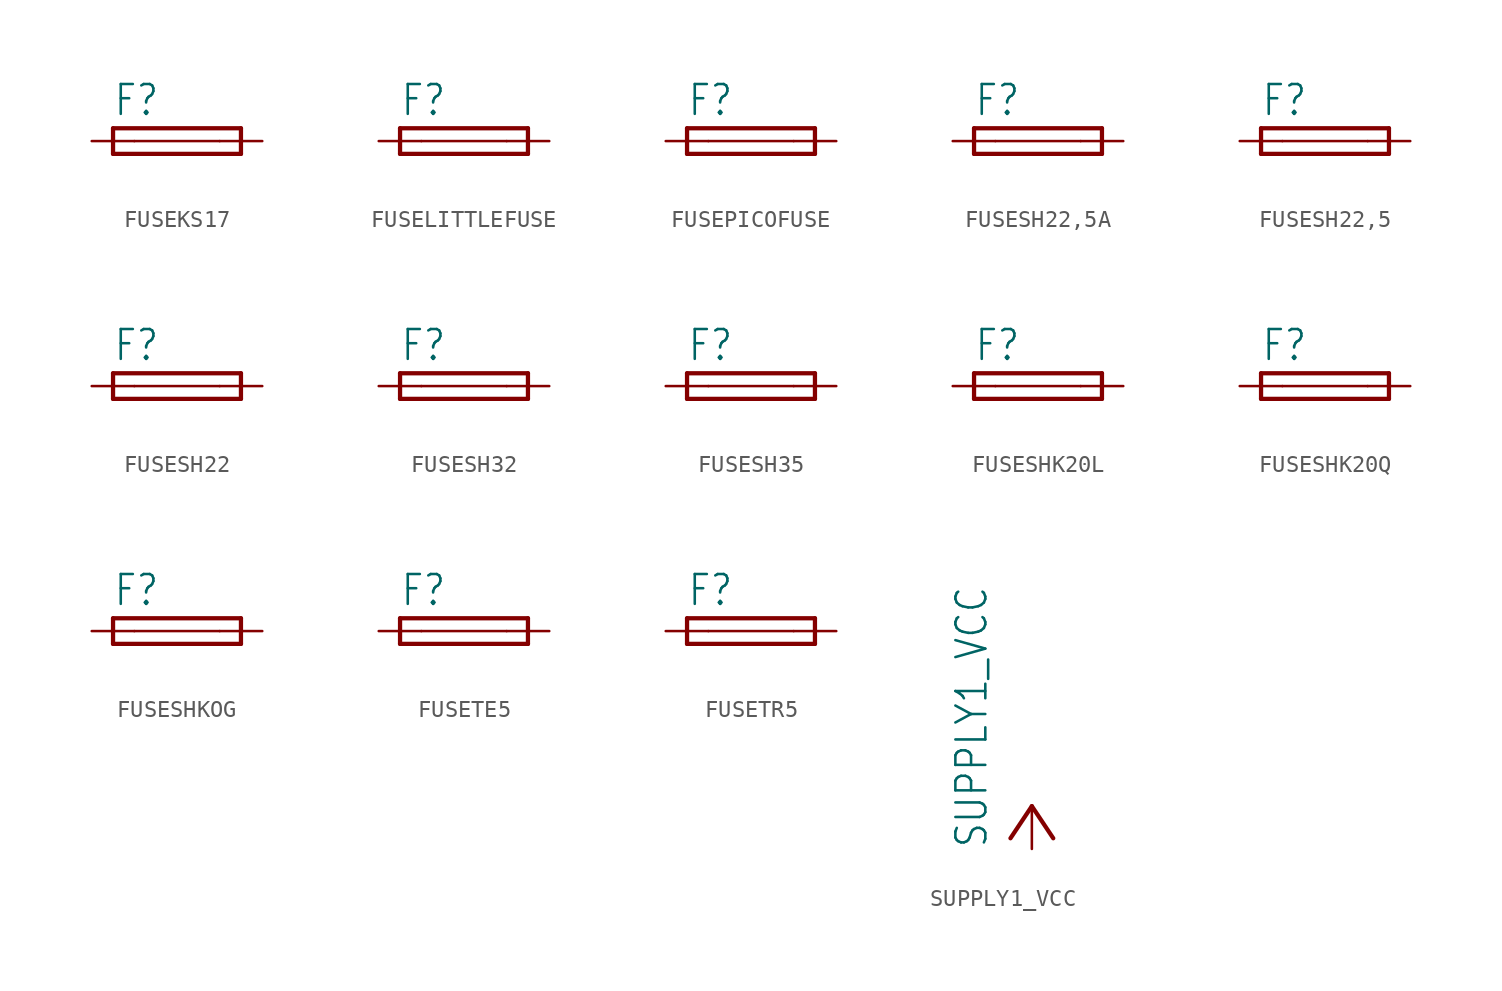
<source format=kicad_sym>
(kicad_symbol_lib
  (version 20220914)
  (generator kicad_symbol_editor)
  (symbol "FUSEKS17"
    (property "Reference" "F"
      (at -3.81 1.397 0)
      (effects (font (size 1.778 1.511)) (justify left bottom)))
    (property "Value" ""
      (at -3.81 -2.921 0)
      (effects (font (size 1.778 1.511)) (justify left bottom)))
    (property "ki_locked" ""
      (at 0 0 0)
      (effects (font (size 1.27 1.27))))
    (symbol "FUSEKS17_1_0"
      (polyline (pts (xy -3.81 -0.762) (xy 3.81 -0.762)) (stroke (width 0.254) (type solid)) (fill (type none)))
      (polyline (pts (xy -3.81 0.762) (xy -3.81 -0.762)) (stroke (width 0.254) (type solid)) (fill (type none)))
      (polyline (pts (xy -2.54 0) (xy 2.54 0)) (stroke (width 0.152) (type solid)) (fill (type none)))
      (polyline (pts (xy 3.81 -0.762) (xy 3.81 0.762)) (stroke (width 0.254) (type solid)) (fill (type none)))
      (polyline (pts (xy 3.81 0.762) (xy -3.81 0.762)) (stroke (width 0.254) (type solid)) (fill (type none)))
      (pin passive line (at -5.08 0 0) (length 2.54) (name "1" (effects (font (size 0 0)))) (number "1" (effects (font (size 0 0)))))
      (pin passive line (at 5.08 0 180) (length 2.54) (name "2" (effects (font (size 0 0)))) (number "2" (effects (font (size 0 0)))))))
  (symbol "FUSELITTLEFUSE"
    (property "Reference" "F"
      (at -3.81 1.397 0)
      (effects (font (size 1.778 1.511)) (justify left bottom)))
    (property "Value" ""
      (at -3.81 -2.921 0)
      (effects (font (size 1.778 1.511)) (justify left bottom)))
    (property "ki_locked" ""
      (at 0 0 0)
      (effects (font (size 1.27 1.27))))
    (symbol "FUSELITTLEFUSE_1_0"
      (polyline (pts (xy -3.81 -0.762) (xy 3.81 -0.762)) (stroke (width 0.254) (type solid)) (fill (type none)))
      (polyline (pts (xy -3.81 0.762) (xy -3.81 -0.762)) (stroke (width 0.254) (type solid)) (fill (type none)))
      (polyline (pts (xy -2.54 0) (xy 2.54 0)) (stroke (width 0.152) (type solid)) (fill (type none)))
      (polyline (pts (xy 3.81 -0.762) (xy 3.81 0.762)) (stroke (width 0.254) (type solid)) (fill (type none)))
      (polyline (pts (xy 3.81 0.762) (xy -3.81 0.762)) (stroke (width 0.254) (type solid)) (fill (type none)))
      (pin passive line (at -5.08 0 0) (length 2.54) (name "1" (effects (font (size 0 0)))) (number "1" (effects (font (size 0 0)))))
      (pin passive line (at 5.08 0 180) (length 2.54) (name "2" (effects (font (size 0 0)))) (number "2" (effects (font (size 0 0)))))))
  (symbol "FUSEPICOFUSE"
    (property "Reference" "F"
      (at -3.81 1.397 0)
      (effects (font (size 1.778 1.511)) (justify left bottom)))
    (property "Value" ""
      (at -3.81 -2.921 0)
      (effects (font (size 1.778 1.511)) (justify left bottom)))
    (property "ki_locked" ""
      (at 0 0 0)
      (effects (font (size 1.27 1.27))))
    (symbol "FUSEPICOFUSE_1_0"
      (polyline (pts (xy -3.81 -0.762) (xy 3.81 -0.762)) (stroke (width 0.254) (type solid)) (fill (type none)))
      (polyline (pts (xy -3.81 0.762) (xy -3.81 -0.762)) (stroke (width 0.254) (type solid)) (fill (type none)))
      (polyline (pts (xy -2.54 0) (xy 2.54 0)) (stroke (width 0.152) (type solid)) (fill (type none)))
      (polyline (pts (xy 3.81 -0.762) (xy 3.81 0.762)) (stroke (width 0.254) (type solid)) (fill (type none)))
      (polyline (pts (xy 3.81 0.762) (xy -3.81 0.762)) (stroke (width 0.254) (type solid)) (fill (type none)))
      (pin passive line (at -5.08 0 0) (length 2.54) (name "1" (effects (font (size 0 0)))) (number "1" (effects (font (size 0 0)))))
      (pin passive line (at 5.08 0 180) (length 2.54) (name "2" (effects (font (size 0 0)))) (number "2" (effects (font (size 0 0)))))))
  (symbol "FUSESH22,5A"
    (property "Reference" "F"
      (at -3.81 1.397 0)
      (effects (font (size 1.778 1.511)) (justify left bottom)))
    (property "Value" ""
      (at -3.81 -2.921 0)
      (effects (font (size 1.778 1.511)) (justify left bottom)))
    (property "ki_locked" ""
      (at 0 0 0)
      (effects (font (size 1.27 1.27))))
    (symbol "FUSESH22,5A_1_0"
      (polyline (pts (xy -3.81 -0.762) (xy 3.81 -0.762)) (stroke (width 0.254) (type solid)) (fill (type none)))
      (polyline (pts (xy -3.81 0.762) (xy -3.81 -0.762)) (stroke (width 0.254) (type solid)) (fill (type none)))
      (polyline (pts (xy -2.54 0) (xy 2.54 0)) (stroke (width 0.152) (type solid)) (fill (type none)))
      (polyline (pts (xy 3.81 -0.762) (xy 3.81 0.762)) (stroke (width 0.254) (type solid)) (fill (type none)))
      (polyline (pts (xy 3.81 0.762) (xy -3.81 0.762)) (stroke (width 0.254) (type solid)) (fill (type none)))
      (pin passive line (at -5.08 0 0) (length 2.54) (name "1" (effects (font (size 0 0)))) (number "1" (effects (font (size 0 0)))))
      (pin passive line (at 5.08 0 180) (length 2.54) (name "2" (effects (font (size 0 0)))) (number "2" (effects (font (size 0 0)))))))
  (symbol "FUSESH22,5"
    (property "Reference" "F"
      (at -3.81 1.397 0)
      (effects (font (size 1.778 1.511)) (justify left bottom)))
    (property "Value" ""
      (at -3.81 -2.921 0)
      (effects (font (size 1.778 1.511)) (justify left bottom)))
    (property "ki_locked" ""
      (at 0 0 0)
      (effects (font (size 1.27 1.27))))
    (symbol "FUSESH22,5_1_0"
      (polyline (pts (xy -3.81 -0.762) (xy 3.81 -0.762)) (stroke (width 0.254) (type solid)) (fill (type none)))
      (polyline (pts (xy -3.81 0.762) (xy -3.81 -0.762)) (stroke (width 0.254) (type solid)) (fill (type none)))
      (polyline (pts (xy -2.54 0) (xy 2.54 0)) (stroke (width 0.152) (type solid)) (fill (type none)))
      (polyline (pts (xy 3.81 -0.762) (xy 3.81 0.762)) (stroke (width 0.254) (type solid)) (fill (type none)))
      (polyline (pts (xy 3.81 0.762) (xy -3.81 0.762)) (stroke (width 0.254) (type solid)) (fill (type none)))
      (pin passive line (at -5.08 0 0) (length 2.54) (name "1" (effects (font (size 0 0)))) (number "1" (effects (font (size 0 0)))))
      (pin passive line (at 5.08 0 180) (length 2.54) (name "2" (effects (font (size 0 0)))) (number "2" (effects (font (size 0 0)))))))
  (symbol "FUSESH22"
    (property "Reference" "F"
      (at -3.81 1.397 0)
      (effects (font (size 1.778 1.511)) (justify left bottom)))
    (property "Value" ""
      (at -3.81 -2.921 0)
      (effects (font (size 1.778 1.511)) (justify left bottom)))
    (property "ki_locked" ""
      (at 0 0 0)
      (effects (font (size 1.27 1.27))))
    (symbol "FUSESH22_1_0"
      (polyline (pts (xy -3.81 -0.762) (xy 3.81 -0.762)) (stroke (width 0.254) (type solid)) (fill (type none)))
      (polyline (pts (xy -3.81 0.762) (xy -3.81 -0.762)) (stroke (width 0.254) (type solid)) (fill (type none)))
      (polyline (pts (xy -2.54 0) (xy 2.54 0)) (stroke (width 0.152) (type solid)) (fill (type none)))
      (polyline (pts (xy 3.81 -0.762) (xy 3.81 0.762)) (stroke (width 0.254) (type solid)) (fill (type none)))
      (polyline (pts (xy 3.81 0.762) (xy -3.81 0.762)) (stroke (width 0.254) (type solid)) (fill (type none)))
      (pin passive line (at -5.08 0 0) (length 2.54) (name "1" (effects (font (size 0 0)))) (number "1" (effects (font (size 0 0)))))
      (pin passive line (at 5.08 0 180) (length 2.54) (name "2" (effects (font (size 0 0)))) (number "2" (effects (font (size 0 0)))))))
  (symbol "FUSESH32"
    (property "Reference" "F"
      (at -3.81 1.397 0)
      (effects (font (size 1.778 1.511)) (justify left bottom)))
    (property "Value" ""
      (at -3.81 -2.921 0)
      (effects (font (size 1.778 1.511)) (justify left bottom)))
    (property "ki_locked" ""
      (at 0 0 0)
      (effects (font (size 1.27 1.27))))
    (symbol "FUSESH32_1_0"
      (polyline (pts (xy -3.81 -0.762) (xy 3.81 -0.762)) (stroke (width 0.254) (type solid)) (fill (type none)))
      (polyline (pts (xy -3.81 0.762) (xy -3.81 -0.762)) (stroke (width 0.254) (type solid)) (fill (type none)))
      (polyline (pts (xy -2.54 0) (xy 2.54 0)) (stroke (width 0.152) (type solid)) (fill (type none)))
      (polyline (pts (xy 3.81 -0.762) (xy 3.81 0.762)) (stroke (width 0.254) (type solid)) (fill (type none)))
      (polyline (pts (xy 3.81 0.762) (xy -3.81 0.762)) (stroke (width 0.254) (type solid)) (fill (type none)))
      (pin passive line (at -5.08 0 0) (length 2.54) (name "1" (effects (font (size 0 0)))) (number "1A" (effects (font (size 0 0)))))
      (pin passive line (at 5.08 0 180) (length 2.54) (name "2" (effects (font (size 0 0)))) (number "2A" (effects (font (size 0 0)))))))
  (symbol "FUSESH35"
    (property "Reference" "F"
      (at -3.81 1.397 0)
      (effects (font (size 1.778 1.511)) (justify left bottom)))
    (property "Value" ""
      (at -3.81 -2.921 0)
      (effects (font (size 1.778 1.511)) (justify left bottom)))
    (property "ki_locked" ""
      (at 0 0 0)
      (effects (font (size 1.27 1.27))))
    (symbol "FUSESH35_1_0"
      (polyline (pts (xy -3.81 -0.762) (xy 3.81 -0.762)) (stroke (width 0.254) (type solid)) (fill (type none)))
      (polyline (pts (xy -3.81 0.762) (xy -3.81 -0.762)) (stroke (width 0.254) (type solid)) (fill (type none)))
      (polyline (pts (xy -2.54 0) (xy 2.54 0)) (stroke (width 0.152) (type solid)) (fill (type none)))
      (polyline (pts (xy 3.81 -0.762) (xy 3.81 0.762)) (stroke (width 0.254) (type solid)) (fill (type none)))
      (polyline (pts (xy 3.81 0.762) (xy -3.81 0.762)) (stroke (width 0.254) (type solid)) (fill (type none)))
      (pin passive line (at -5.08 0 0) (length 2.54) (name "1" (effects (font (size 0 0)))) (number "1" (effects (font (size 0 0)))))
      (pin passive line (at 5.08 0 180) (length 2.54) (name "2" (effects (font (size 0 0)))) (number "2" (effects (font (size 0 0)))))))
  (symbol "FUSESHK20L"
    (property "Reference" "F"
      (at -3.81 1.397 0)
      (effects (font (size 1.778 1.511)) (justify left bottom)))
    (property "Value" ""
      (at -3.81 -2.921 0)
      (effects (font (size 1.778 1.511)) (justify left bottom)))
    (property "ki_locked" ""
      (at 0 0 0)
      (effects (font (size 1.27 1.27))))
    (symbol "FUSESHK20L_1_0"
      (polyline (pts (xy -3.81 -0.762) (xy 3.81 -0.762)) (stroke (width 0.254) (type solid)) (fill (type none)))
      (polyline (pts (xy -3.81 0.762) (xy -3.81 -0.762)) (stroke (width 0.254) (type solid)) (fill (type none)))
      (polyline (pts (xy -2.54 0) (xy 2.54 0)) (stroke (width 0.152) (type solid)) (fill (type none)))
      (polyline (pts (xy 3.81 -0.762) (xy 3.81 0.762)) (stroke (width 0.254) (type solid)) (fill (type none)))
      (polyline (pts (xy 3.81 0.762) (xy -3.81 0.762)) (stroke (width 0.254) (type solid)) (fill (type none)))
      (pin passive line (at -5.08 0 0) (length 2.54) (name "1" (effects (font (size 0 0)))) (number "1A" (effects (font (size 0 0)))))
      (pin passive line (at 5.08 0 180) (length 2.54) (name "2" (effects (font (size 0 0)))) (number "2A" (effects (font (size 0 0)))))))
  (symbol "FUSESHK20Q"
    (property "Reference" "F"
      (at -3.81 1.397 0)
      (effects (font (size 1.778 1.511)) (justify left bottom)))
    (property "Value" ""
      (at -3.81 -2.921 0)
      (effects (font (size 1.778 1.511)) (justify left bottom)))
    (property "ki_locked" ""
      (at 0 0 0)
      (effects (font (size 1.27 1.27))))
    (symbol "FUSESHK20Q_1_0"
      (polyline (pts (xy -3.81 -0.762) (xy 3.81 -0.762)) (stroke (width 0.254) (type solid)) (fill (type none)))
      (polyline (pts (xy -3.81 0.762) (xy -3.81 -0.762)) (stroke (width 0.254) (type solid)) (fill (type none)))
      (polyline (pts (xy -2.54 0) (xy 2.54 0)) (stroke (width 0.152) (type solid)) (fill (type none)))
      (polyline (pts (xy 3.81 -0.762) (xy 3.81 0.762)) (stroke (width 0.254) (type solid)) (fill (type none)))
      (polyline (pts (xy 3.81 0.762) (xy -3.81 0.762)) (stroke (width 0.254) (type solid)) (fill (type none)))
      (pin passive line (at -5.08 0 0) (length 2.54) (name "1" (effects (font (size 0 0)))) (number "1A" (effects (font (size 0 0)))))
      (pin passive line (at 5.08 0 180) (length 2.54) (name "2" (effects (font (size 0 0)))) (number "2A" (effects (font (size 0 0)))))))
  (symbol "FUSESHKOG"
    (property "Reference" "F"
      (at -3.81 1.397 0)
      (effects (font (size 1.778 1.511)) (justify left bottom)))
    (property "Value" ""
      (at -3.81 -2.921 0)
      (effects (font (size 1.778 1.511)) (justify left bottom)))
    (property "ki_locked" ""
      (at 0 0 0)
      (effects (font (size 1.27 1.27))))
    (symbol "FUSESHKOG_1_0"
      (polyline (pts (xy -3.81 -0.762) (xy 3.81 -0.762)) (stroke (width 0.254) (type solid)) (fill (type none)))
      (polyline (pts (xy -3.81 0.762) (xy -3.81 -0.762)) (stroke (width 0.254) (type solid)) (fill (type none)))
      (polyline (pts (xy -2.54 0) (xy 2.54 0)) (stroke (width 0.152) (type solid)) (fill (type none)))
      (polyline (pts (xy 3.81 -0.762) (xy 3.81 0.762)) (stroke (width 0.254) (type solid)) (fill (type none)))
      (polyline (pts (xy 3.81 0.762) (xy -3.81 0.762)) (stroke (width 0.254) (type solid)) (fill (type none)))
      (pin passive line (at -5.08 0 0) (length 2.54) (name "1" (effects (font (size 0 0)))) (number "1A" (effects (font (size 0 0)))))
      (pin passive line (at 5.08 0 180) (length 2.54) (name "2" (effects (font (size 0 0)))) (number "2A" (effects (font (size 0 0)))))))
  (symbol "FUSETE5"
    (property "Reference" "F"
      (at -3.81 1.397 0)
      (effects (font (size 1.778 1.511)) (justify left bottom)))
    (property "Value" ""
      (at -3.81 -2.921 0)
      (effects (font (size 1.778 1.511)) (justify left bottom)))
    (property "ki_locked" ""
      (at 0 0 0)
      (effects (font (size 1.27 1.27))))
    (symbol "FUSETE5_1_0"
      (polyline (pts (xy -3.81 -0.762) (xy 3.81 -0.762)) (stroke (width 0.254) (type solid)) (fill (type none)))
      (polyline (pts (xy -3.81 0.762) (xy -3.81 -0.762)) (stroke (width 0.254) (type solid)) (fill (type none)))
      (polyline (pts (xy -2.54 0) (xy 2.54 0)) (stroke (width 0.152) (type solid)) (fill (type none)))
      (polyline (pts (xy 3.81 -0.762) (xy 3.81 0.762)) (stroke (width 0.254) (type solid)) (fill (type none)))
      (polyline (pts (xy 3.81 0.762) (xy -3.81 0.762)) (stroke (width 0.254) (type solid)) (fill (type none)))
      (pin passive line (at -5.08 0 0) (length 2.54) (name "1" (effects (font (size 0 0)))) (number "1" (effects (font (size 0 0)))))
      (pin passive line (at 5.08 0 180) (length 2.54) (name "2" (effects (font (size 0 0)))) (number "2" (effects (font (size 0 0)))))))
  (symbol "FUSETR5"
    (property "Reference" "F"
      (at -3.81 1.397 0)
      (effects (font (size 1.778 1.511)) (justify left bottom)))
    (property "Value" ""
      (at -3.81 -2.921 0)
      (effects (font (size 1.778 1.511)) (justify left bottom)))
    (property "ki_locked" ""
      (at 0 0 0)
      (effects (font (size 1.27 1.27))))
    (symbol "FUSETR5_1_0"
      (polyline (pts (xy -3.81 -0.762) (xy 3.81 -0.762)) (stroke (width 0.254) (type solid)) (fill (type none)))
      (polyline (pts (xy -3.81 0.762) (xy -3.81 -0.762)) (stroke (width 0.254) (type solid)) (fill (type none)))
      (polyline (pts (xy -2.54 0) (xy 2.54 0)) (stroke (width 0.152) (type solid)) (fill (type none)))
      (polyline (pts (xy 3.81 -0.762) (xy 3.81 0.762)) (stroke (width 0.254) (type solid)) (fill (type none)))
      (polyline (pts (xy 3.81 0.762) (xy -3.81 0.762)) (stroke (width 0.254) (type solid)) (fill (type none)))
      (pin passive line (at -5.08 0 0) (length 2.54) (name "1" (effects (font (size 0 0)))) (number "1" (effects (font (size 0 0)))))
      (pin passive line (at 5.08 0 180) (length 2.54) (name "2" (effects (font (size 0 0)))) (number "2" (effects (font (size 0 0)))))))
  (symbol "SUPPLY1_VCC"
    (power)
    (property "Reference" "#P+"
      (at 0 0 0)
      (effects (font (size 1.27 1.27)) hide))
    (property "Value" "SUPPLY1_VCC"
      (at -2.54 -2.54 90)
      (effects (font (size 1.778 1.511)) (justify left bottom)))
    (property "ki_locked" ""
      (at 0 0 0)
      (effects (font (size 1.27 1.27))))
    (symbol "SUPPLY1_VCC_1_0"
      (polyline (pts (xy 0 0) (xy -1.27 -1.905)) (stroke (width 0.254) (type solid)) (fill (type none)))
      (polyline (pts (xy 1.27 -1.905) (xy 0 0)) (stroke (width 0.254) (type solid)) (fill (type none)))
      (pin power_in line (at 0 -2.54 90) (length 2.54) (name "VCC" (effects (font (size 0 0)))) (number "1" (effects (font (size 0 0))))))))
</source>
